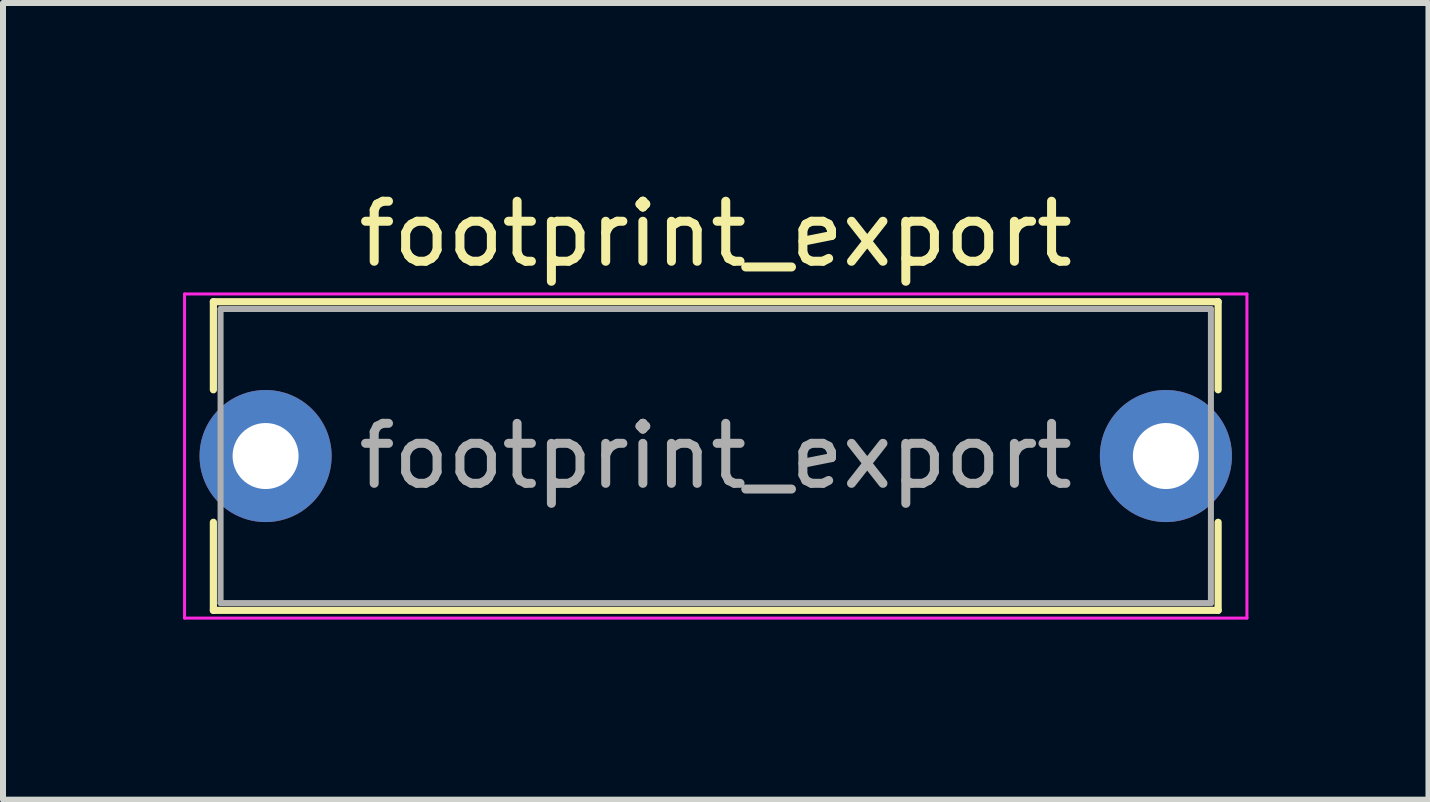
<source format=kicad_pcb>
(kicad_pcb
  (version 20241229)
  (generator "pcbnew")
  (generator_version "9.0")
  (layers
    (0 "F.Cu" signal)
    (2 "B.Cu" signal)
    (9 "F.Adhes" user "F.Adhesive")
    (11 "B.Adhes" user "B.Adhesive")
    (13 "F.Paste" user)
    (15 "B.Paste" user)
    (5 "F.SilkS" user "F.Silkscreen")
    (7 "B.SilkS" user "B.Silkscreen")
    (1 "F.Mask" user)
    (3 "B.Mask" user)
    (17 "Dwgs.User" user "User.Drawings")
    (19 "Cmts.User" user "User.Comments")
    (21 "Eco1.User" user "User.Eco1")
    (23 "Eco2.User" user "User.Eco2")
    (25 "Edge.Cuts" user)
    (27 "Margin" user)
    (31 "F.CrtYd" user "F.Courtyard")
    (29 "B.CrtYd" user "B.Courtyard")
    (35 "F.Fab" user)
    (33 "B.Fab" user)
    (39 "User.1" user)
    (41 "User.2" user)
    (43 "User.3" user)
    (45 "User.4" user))
  (footprint "footprint_export"
    (layer "F.Cu")
    (at 1.375 4.548)
    (property "Reference" "footprint_export" (at 7.5 -3.7 0) (layer "F.SilkS") (effects (font (size 1 1) (thickness 0.15))))
    (attr through_hole)
    (fp_line (start -0.87 -2.571) (end -0.87 -1.104) (stroke (width 0.12) (type solid)) (layer "F.SilkS"))
    (fp_line (start -0.87 -2.571) (end 15.87 -2.571) (stroke (width 0.12) (type solid)) (layer "F.SilkS"))
    (fp_line (start -0.87 1.104) (end -0.87 2.571) (stroke (width 0.12) (type solid)) (layer "F.SilkS"))
    (fp_line (start -0.87 2.571) (end 15.87 2.571) (stroke (width 0.12) (type solid)) (layer "F.SilkS"))
    (fp_line (start 15.87 -2.571) (end 15.87 -1.104) (stroke (width 0.12) (type solid)) (layer "F.SilkS"))
    (fp_line (start 15.87 1.104) (end 15.87 2.571) (stroke (width 0.12) (type solid)) (layer "F.SilkS"))
    (fp_line (start -1.35 -2.7) (end -1.35 2.7) (stroke (width 0.05) (type solid)) (layer "F.CrtYd"))
    (fp_line (start -1.35 2.7) (end 16.35 2.7) (stroke (width 0.05) (type solid)) (layer "F.CrtYd"))
    (fp_line (start 16.35 -2.7) (end -1.35 -2.7) (stroke (width 0.05) (type solid)) (layer "F.CrtYd"))
    (fp_line (start 16.35 2.7) (end 16.35 -2.7) (stroke (width 0.05) (type solid)) (layer "F.CrtYd"))
    (fp_line (start -0.75 -2.45) (end -0.75 2.45) (stroke (width 0.1) (type solid)) (layer "F.Fab"))
    (fp_line (start -0.75 2.45) (end 15.75 2.45) (stroke (width 0.1) (type solid)) (layer "F.Fab"))
    (fp_line (start 15.75 -2.45) (end -0.75 -2.45) (stroke (width 0.1) (type solid)) (layer "F.Fab"))
    (fp_line (start 15.75 2.45) (end 15.75 -2.45) (stroke (width 0.1) (type solid)) (layer "F.Fab"))
    (fp_text user "${REFERENCE}" (at 7.5 0 0) (layer "F.Fab") (effects (font (size 1 1) (thickness 0.15))))
    (pad "1" thru_hole circle (at 0 0) (size 2.2 2.2) (drill 1.1) (layers "*.Cu" "*.Mask"))
    (pad "2" thru_hole circle (at 15 0) (size 2.2 2.2) (drill 1.1) (layers "*.Cu" "*.Mask")))
  (gr_rect
    (start -3 -3)
    (end 20.75 10.273)
    (stroke (width 0.1) (type default))
    (fill no)
    (layer "Edge.Cuts")))
</source>
